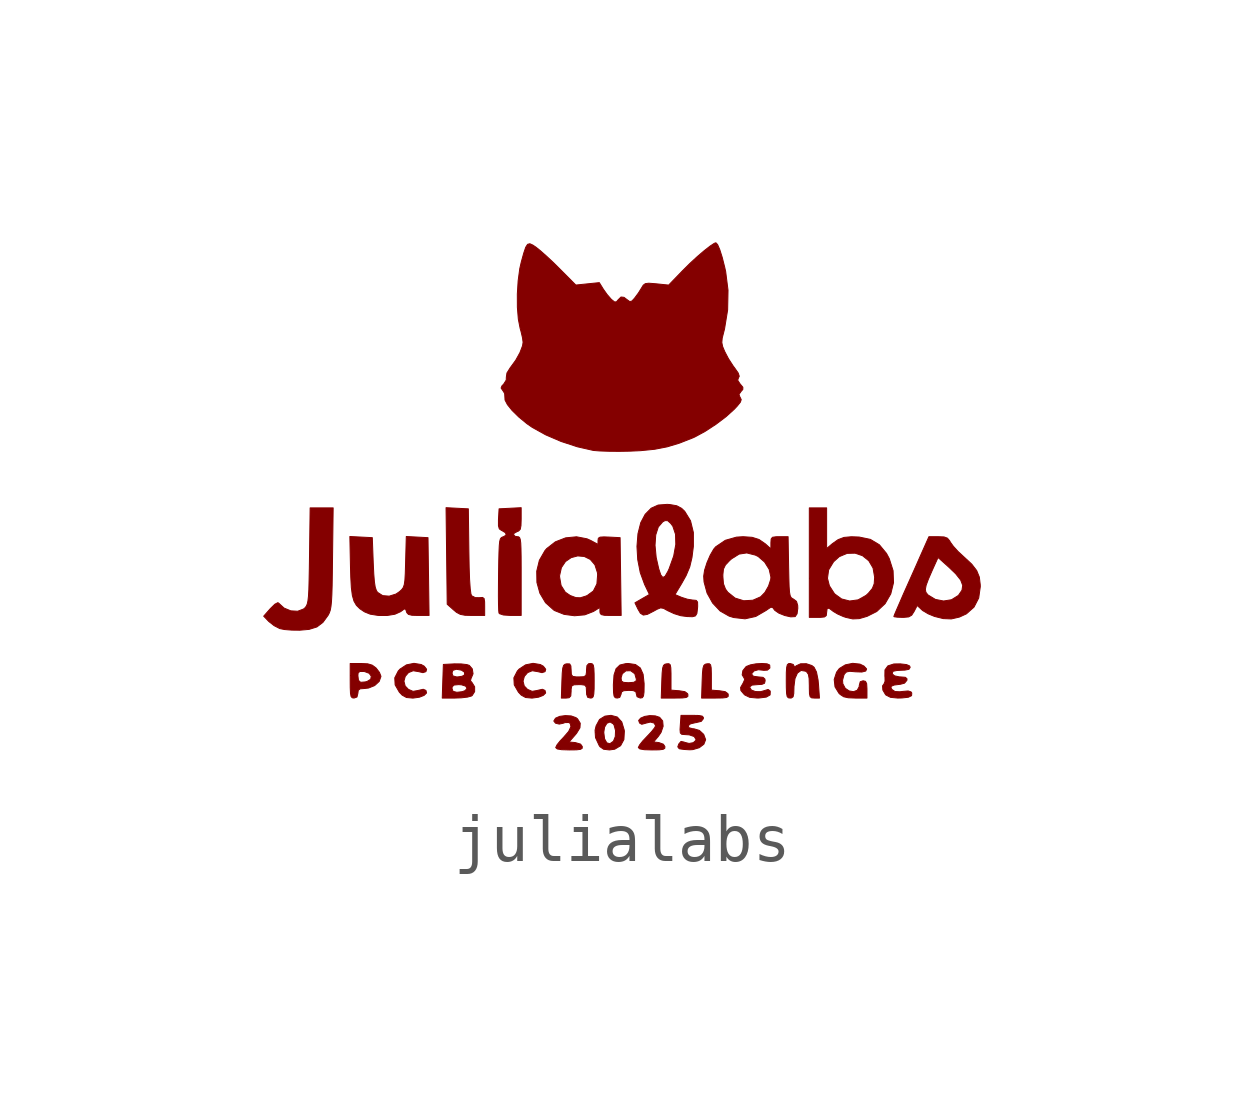
<source format=kicad_sym>
(kicad_symbol_lib
  (version 20241209)
  (generator "kicad_symbol_editor")
  (generator_version "9.0")
  (symbol "julialabs"
    (pin_names
      (offset 1.016))
    (property "Reference" "#G"
      (at 0 9.365 0)
      (effects (font (size 1.27 1.27)) (hide yes)))
    (symbol "julialabs_0_0"
      (polyline (pts (xy -6.416 -4.45) (xy -6.253 -4.399) (xy -6.128 -4.304) (xy -6.02 -4.156) (xy -6.018 -4.152) (xy -5.994 -4.105) (xy -5.975 -4.05) (xy -5.961 -3.976) (xy -5.95 -3.873) (xy -5.942 -3.732) (xy -5.936 -3.541) (xy -5.932 -3.29) (xy -5.928 -2.97) (xy -5.915 -1.92) (xy -6.155 -1.92) (xy -6.394 -1.92) (xy -6.407 -2.916) (xy -6.411 -3.185) (xy -6.416 -3.435) (xy -6.421 -3.624) (xy -6.429 -3.761) (xy -6.44 -3.857) (xy -6.454 -3.921) (xy -6.473 -3.964) (xy -6.496 -3.996) (xy -6.531 -4.026) (xy -6.653 -4.072) (xy -6.797 -4.064) (xy -6.937 -4.006) (xy -7.051 -3.902) (xy -7.067 -3.894) (xy -7.129 -3.926) (xy -7.222 -4.017) (xy -7.361 -4.175) (xy -7.258 -4.282) (xy -7.254 -4.286) (xy -7.145 -4.372) (xy -7.027 -4.433) (xy -6.927 -4.453) (xy -6.777 -4.465) (xy -6.612 -4.467) (xy -6.416 -4.45)) (stroke (width 0.01) (type default)) (fill (type outline)))
      (polyline (pts (xy -5.419 -5.858) (xy -5.4 -5.78) (xy -5.392 -5.717) (xy -5.351 -5.687) (xy -5.253 -5.68) (xy -5.177 -5.671) (xy -5.05 -5.619) (xy -4.956 -5.533) (xy -4.92 -5.431) (xy -4.92 -5.426) (xy -4.951 -5.346) (xy -5.018 -5.258) (xy -5.024 -5.252) (xy -5.101 -5.195) (xy -5.195 -5.167) (xy -5.338 -5.16) (xy -5.56 -5.16) (xy -5.56 -5.411) (xy -5.4 -5.411) (xy -5.395 -5.358) (xy -5.36 -5.326) (xy -5.27 -5.327) (xy -5.259 -5.329) (xy -5.165 -5.364) (xy -5.121 -5.425) (xy -5.133 -5.489) (xy -5.208 -5.534) (xy -5.246 -5.544) (xy -5.343 -5.552) (xy -5.388 -5.511) (xy -5.4 -5.411) (xy -5.56 -5.411) (xy -5.56 -5.52) (xy -5.559 -5.662) (xy -5.554 -5.78) (xy -5.542 -5.846) (xy -5.518 -5.874) (xy -5.48 -5.88) (xy -5.419 -5.858)) (stroke (width 0.01) (type default)) (fill (type outline)))
      (polyline (pts (xy -4.628 -4.134) (xy -4.51 -4.081) (xy -4.501 -4.074) (xy -4.435 -4.026) (xy -4.406 -4.029) (xy -4.388 -4.081) (xy -4.381 -4.102) (xy -4.347 -4.138) (xy -4.275 -4.156) (xy -4.143 -4.16) (xy -3.918 -4.16) (xy -3.929 -3.35) (xy -3.94 -2.54) (xy -4.166 -2.528) (xy -4.392 -2.516) (xy -4.406 -3.042) (xy -4.407 -3.087) (xy -4.413 -3.288) (xy -4.421 -3.427) (xy -4.434 -3.518) (xy -4.455 -3.578) (xy -4.487 -3.622) (xy -4.532 -3.663) (xy -4.606 -3.714) (xy -4.748 -3.758) (xy -4.884 -3.747) (xy -4.99 -3.679) (xy -5.015 -3.641) (xy -5.039 -3.57) (xy -5.056 -3.46) (xy -5.069 -3.298) (xy -5.08 -3.069) (xy -5.1 -2.54) (xy -5.334 -2.528) (xy -5.567 -2.516) (xy -5.554 -3.148) (xy -5.548 -3.36) (xy -5.536 -3.58) (xy -5.515 -3.743) (xy -5.481 -3.862) (xy -5.43 -3.95) (xy -5.359 -4.02) (xy -5.262 -4.085) (xy -5.144 -4.133) (xy -4.974 -4.16) (xy -4.792 -4.161) (xy -4.628 -4.134)) (stroke (width 0.01) (type default)) (fill (type outline)))
      (polyline (pts (xy -4.247 -5.88) (xy -4.118 -5.862) (xy -4.021 -5.824) (xy -3.97 -5.774) (xy -3.983 -5.721) (xy -4.039 -5.697) (xy -4.139 -5.72) (xy -4.15 -5.723) (xy -4.252 -5.74) (xy -4.348 -5.699) (xy -4.416 -5.628) (xy -4.441 -5.528) (xy -4.414 -5.429) (xy -4.346 -5.35) (xy -4.249 -5.311) (xy -4.133 -5.33) (xy -4.046 -5.351) (xy -3.983 -5.33) (xy -3.969 -5.28) (xy -4.018 -5.217) (xy -4.081 -5.182) (xy -4.232 -5.157) (xy -4.389 -5.189) (xy -4.523 -5.277) (xy -4.56 -5.318) (xy -4.632 -5.459) (xy -4.624 -5.606) (xy -4.537 -5.757) (xy -4.478 -5.819) (xy -4.389 -5.868) (xy -4.264 -5.88) (xy -4.247 -5.88)) (stroke (width 0.01) (type default)) (fill (type outline)))
      (polyline (pts (xy -3.246 -5.875) (xy -3.117 -5.86) (xy -3.037 -5.838) (xy -3.02 -5.827) (xy -2.969 -5.746) (xy -2.969 -5.645) (xy -3.022 -5.559) (xy -3.056 -5.519) (xy -3.042 -5.466) (xy -3.039 -5.463) (xy -3.002 -5.374) (xy -3.018 -5.272) (xy -3.081 -5.199) (xy -3.131 -5.183) (xy -3.25 -5.169) (xy -3.391 -5.168) (xy -3.62 -5.18) (xy -3.626 -5.36) (xy -3.44 -5.36) (xy -3.423 -5.303) (xy -3.35 -5.281) (xy -3.346 -5.281) (xy -3.243 -5.299) (xy -3.18 -5.342) (xy -3.177 -5.396) (xy -3.229 -5.426) (xy -3.322 -5.44) (xy -3.349 -5.439) (xy -3.421 -5.419) (xy -3.44 -5.36) (xy -3.626 -5.36) (xy -3.632 -5.53) (xy -3.637 -5.68) (xy -3.44 -5.68) (xy -3.436 -5.645) (xy -3.398 -5.609) (xy -3.302 -5.6) (xy -3.242 -5.604) (xy -3.157 -5.631) (xy -3.127 -5.675) (xy -3.165 -5.724) (xy -3.227 -5.747) (xy -3.33 -5.759) (xy -3.344 -5.759) (xy -3.419 -5.74) (xy -3.44 -5.68) (xy -3.637 -5.68) (xy -3.643 -5.88) (xy -3.379 -5.88) (xy -3.246 -5.875)) (stroke (width 0.01) (type default)) (fill (type outline)))
      (polyline (pts (xy -2.76 -3.967) (xy -2.761 -3.877) (xy -2.772 -3.807) (xy -2.805 -3.785) (xy -2.872 -3.79) (xy -2.955 -3.789) (xy -3.031 -3.75) (xy -3.046 -3.713) (xy -3.061 -3.601) (xy -3.074 -3.416) (xy -3.083 -3.155) (xy -3.089 -2.817) (xy -3.1 -1.94) (xy -3.332 -1.928) (xy -3.564 -1.916) (xy -3.552 -2.921) (xy -3.54 -3.927) (xy -3.409 -4.043) (xy -3.347 -4.095) (xy -3.268 -4.137) (xy -3.169 -4.156) (xy -3.019 -4.16) (xy -2.76 -4.16) (xy -2.76 -3.967)) (stroke (width 0.01) (type default)) (fill (type outline)))
      (polyline (pts (xy -2 -3.34) (xy -2 -3.17) (xy -2.001 -2.937) (xy -2.004 -2.767) (xy -2.009 -2.651) (xy -2.019 -2.578) (xy -2.033 -2.539) (xy -2.053 -2.523) (xy -2.08 -2.52) (xy -2.127 -2.512) (xy -2.16 -2.476) (xy -2.145 -2.447) (xy -2.08 -2.412) (xy -2.052 -2.401) (xy -2.019 -2.365) (xy -2.004 -2.289) (xy -2 -2.153) (xy -2 -1.916) (xy -2.23 -1.928) (xy -2.46 -1.94) (xy -2.472 -2.15) (xy -2.473 -2.175) (xy -2.473 -2.293) (xy -2.455 -2.357) (xy -2.412 -2.388) (xy -2.405 -2.39) (xy -2.326 -2.438) (xy -2.313 -2.487) (xy -2.371 -2.522) (xy -2.385 -2.525) (xy -2.412 -2.538) (xy -2.433 -2.565) (xy -2.447 -2.618) (xy -2.456 -2.707) (xy -2.462 -2.843) (xy -2.467 -3.037) (xy -2.471 -3.3) (xy -2.471 -3.305) (xy -2.473 -3.545) (xy -2.474 -3.759) (xy -2.472 -3.933) (xy -2.468 -4.054) (xy -2.462 -4.109) (xy -2.451 -4.123) (xy -2.371 -4.15) (xy -2.221 -4.16) (xy -2 -4.16) (xy -2 -3.34)) (stroke (width 0.01) (type default)) (fill (type outline)))
      (polyline (pts (xy -1.767 -5.88) (xy -1.638 -5.862) (xy -1.541 -5.824) (xy -1.49 -5.774) (xy -1.504 -5.721) (xy -1.559 -5.697) (xy -1.659 -5.72) (xy -1.67 -5.723) (xy -1.772 -5.74) (xy -1.868 -5.699) (xy -1.936 -5.628) (xy -1.961 -5.528) (xy -1.934 -5.429) (xy -1.866 -5.35) (xy -1.769 -5.311) (xy -1.653 -5.33) (xy -1.566 -5.351) (xy -1.503 -5.33) (xy -1.489 -5.28) (xy -1.538 -5.217) (xy -1.601 -5.182) (xy -1.752 -5.157) (xy -1.909 -5.189) (xy -2.043 -5.277) (xy -2.08 -5.318) (xy -2.152 -5.459) (xy -2.144 -5.606) (xy -2.057 -5.757) (xy -1.998 -5.819) (xy -1.909 -5.868) (xy -1.784 -5.88) (xy -1.767 -5.88)) (stroke (width 0.01) (type default)) (fill (type outline)))
      (polyline (pts (xy -1.001 -5.873) (xy -0.967 -5.835) (xy -0.96 -5.74) (xy -0.96 -5.699) (xy -0.948 -5.63) (xy -0.902 -5.604) (xy -0.8 -5.6) (xy -0.753 -5.6) (xy -0.675 -5.611) (xy -0.645 -5.65) (xy -0.64 -5.74) (xy -0.637 -5.803) (xy -0.615 -5.864) (xy -0.56 -5.88) (xy -0.528 -5.877) (xy -0.502 -5.854) (xy -0.488 -5.797) (xy -0.481 -5.691) (xy -0.48 -5.52) (xy -0.481 -5.378) (xy -0.486 -5.26) (xy -0.498 -5.194) (xy -0.522 -5.166) (xy -0.56 -5.16) (xy -0.596 -5.165) (xy -0.631 -5.204) (xy -0.64 -5.3) (xy -0.64 -5.341) (xy -0.652 -5.41) (xy -0.698 -5.436) (xy -0.8 -5.44) (xy -0.849 -5.44) (xy -0.926 -5.429) (xy -0.955 -5.389) (xy -0.96 -5.297) (xy -0.965 -5.211) (xy -0.99 -5.169) (xy -1.05 -5.167) (xy -1.086 -5.175) (xy -1.116 -5.2) (xy -1.134 -5.257) (xy -1.145 -5.362) (xy -1.152 -5.53) (xy -1.163 -5.88) (xy -1.062 -5.88) (xy -1.001 -5.873)) (stroke (width 0.01) (type default)) (fill (type outline)))
      (polyline (pts (xy -0.995 -6.96) (xy -0.848 -6.958) (xy -0.765 -6.948) (xy -0.73 -6.927) (xy -0.727 -6.89) (xy -0.763 -6.839) (xy -0.872 -6.807) (xy -1.004 -6.795) (xy -0.882 -6.656) (xy -0.846 -6.613) (xy -0.776 -6.499) (xy -0.77 -6.404) (xy -0.826 -6.313) (xy -0.86 -6.287) (xy -0.959 -6.252) (xy -1.08 -6.245) (xy -1.197 -6.261) (xy -1.285 -6.299) (xy -1.32 -6.357) (xy -1.32 -6.359) (xy -1.285 -6.403) (xy -1.208 -6.422) (xy -1.127 -6.405) (xy -1.086 -6.39) (xy -1.01 -6.389) (xy -0.979 -6.408) (xy -0.964 -6.475) (xy -1.011 -6.575) (xy -1.12 -6.7) (xy -1.184 -6.767) (xy -1.253 -6.853) (xy -1.28 -6.908) (xy -1.28 -6.912) (xy -1.248 -6.94) (xy -1.157 -6.955) (xy -0.997 -6.96) (xy -0.995 -6.96)) (stroke (width 0.01) (type default)) (fill (type outline)))
      (polyline (pts (xy -0.675 -4.147) (xy -0.495 -4.077) (xy -0.36 -3.993) (xy -0.36 -4.077) (xy -0.357 -4.109) (xy -0.333 -4.142) (xy -0.266 -4.157) (xy -0.139 -4.16) (xy 0.082 -4.16) (xy 0.071 -3.35) (xy 0.06 -2.54) (xy -0.17 -2.528) (xy -0.276 -2.524) (xy -0.357 -2.529) (xy -0.393 -2.552) (xy -0.4 -2.598) (xy -0.4 -2.68) (xy -0.549 -2.6) (xy -0.629 -2.564) (xy -0.847 -2.522) (xy -1.074 -2.544) (xy -1.288 -2.627) (xy -1.468 -2.767) (xy -1.505 -2.81) (xy -1.621 -3.012) (xy -1.676 -3.239) (xy -1.674 -3.356) (xy -1.2 -3.356) (xy -1.2 -3.331) (xy -1.162 -3.163) (xy -1.077 -3.037) (xy -0.959 -2.956) (xy -0.823 -2.92) (xy -0.685 -2.932) (xy -0.561 -2.993) (xy -0.465 -3.105) (xy -0.412 -3.269) (xy -0.408 -3.314) (xy -0.423 -3.504) (xy -0.497 -3.651) (xy -0.626 -3.745) (xy -0.655 -3.757) (xy -0.768 -3.792) (xy -0.862 -3.788) (xy -0.981 -3.744) (xy -1.082 -3.674) (xy -1.169 -3.536) (xy -1.2 -3.356) (xy -1.674 -3.356) (xy -1.672 -3.473) (xy -1.61 -3.697) (xy -1.493 -3.894) (xy -1.322 -4.047) (xy -1.303 -4.059) (xy -1.107 -4.137) (xy -0.889 -4.166) (xy -0.675 -4.147)) (stroke (width 0.01) (type default)) (fill (type outline)))
      (polyline (pts (xy -0.052 -6.945) (xy 0.07 -6.872) (xy 0.139 -6.744) (xy 0.149 -6.568) (xy 0.145 -6.544) (xy 0.095 -6.378) (xy 0.002 -6.275) (xy -0.129 -6.24) (xy -0.255 -6.256) (xy -0.368 -6.325) (xy -0.44 -6.459) (xy -0.461 -6.548) (xy -0.459 -6.593) (xy -0.28 -6.593) (xy -0.263 -6.485) (xy -0.215 -6.405) (xy -0.149 -6.378) (xy -0.082 -6.418) (xy -0.065 -6.445) (xy -0.035 -6.556) (xy -0.04 -6.682) (xy -0.079 -6.779) (xy -0.079 -6.779) (xy -0.153 -6.831) (xy -0.217 -6.812) (xy -0.263 -6.73) (xy -0.28 -6.593) (xy -0.459 -6.593) (xy -0.452 -6.704) (xy -0.375 -6.87) (xy -0.358 -6.894) (xy -0.283 -6.946) (xy -0.162 -6.96) (xy -0.052 -6.945)) (stroke (width 0.01) (type default)) (fill (type outline)))
      (polyline (pts (xy 0.26 -0.739) (xy 0.482 -0.729) (xy 0.777 -0.7) (xy 1.04 -0.649) (xy 1.298 -0.571) (xy 1.58 -0.46) (xy 1.617 -0.443) (xy 1.827 -0.329) (xy 2.054 -0.181) (xy 2.267 -0.02) (xy 2.436 0.133) (xy 2.499 0.2) (xy 2.564 0.281) (xy 2.582 0.334) (xy 2.562 0.377) (xy 2.556 0.385) (xy 2.535 0.442) (xy 2.578 0.504) (xy 2.615 0.546) (xy 2.616 0.592) (xy 2.562 0.657) (xy 2.553 0.668) (xy 2.508 0.739) (xy 2.526 0.79) (xy 2.541 0.821) (xy 2.519 0.888) (xy 2.445 0.994) (xy 2.414 1.035) (xy 2.316 1.187) (xy 2.238 1.336) (xy 2.195 1.439) (xy 2.178 1.523) (xy 2.186 1.615) (xy 2.22 1.749) (xy 2.234 1.804) (xy 2.299 2.202) (xy 2.307 2.612) (xy 2.258 3.001) (xy 2.238 3.091) (xy 2.186 3.297) (xy 2.135 3.458) (xy 2.09 3.562) (xy 2.055 3.6) (xy 2.022 3.589) (xy 1.934 3.531) (xy 1.811 3.435) (xy 1.666 3.311) (xy 1.513 3.17) (xy 1.365 3.023) (xy 1.071 2.719) (xy 0.819 2.745) (xy 0.776 2.749) (xy 0.655 2.758) (xy 0.585 2.749) (xy 0.542 2.717) (xy 0.504 2.655) (xy 0.441 2.554) (xy 0.36 2.445) (xy 0.306 2.387) (xy 0.261 2.375) (xy 0.206 2.415) (xy 0.141 2.464) (xy 0.079 2.471) (xy 0.018 2.411) (xy -0.015 2.371) (xy -0.054 2.367) (xy -0.118 2.418) (xy -0.128 2.428) (xy -0.209 2.521) (xy -0.288 2.632) (xy -0.373 2.77) (xy -0.617 2.745) (xy -0.862 2.72) (xy -1.201 3.061) (xy -1.328 3.187) (xy -1.475 3.324) (xy -1.603 3.437) (xy -1.693 3.509) (xy -1.757 3.552) (xy -1.819 3.58) (xy -1.866 3.568) (xy -1.905 3.507) (xy -1.946 3.386) (xy -1.998 3.198) (xy -2.029 3.062) (xy -2.063 2.808) (xy -2.08 2.531) (xy -2.079 2.257) (xy -2.059 2.01) (xy -2.021 1.816) (xy -2.002 1.749) (xy -1.972 1.62) (xy -1.96 1.528) (xy -1.971 1.456) (xy -2.025 1.314) (xy -2.113 1.155) (xy -2.223 1.004) (xy -2.227 0.999) (xy -2.296 0.889) (xy -2.309 0.801) (xy -2.311 0.741) (xy -2.365 0.656) (xy -2.4 0.621) (xy -2.418 0.575) (xy -2.377 0.516) (xy -2.344 0.463) (xy -2.338 0.368) (xy -2.336 0.326) (xy -2.286 0.23) (xy -2.187 0.107) (xy -2.048 -0.029) (xy -1.88 -0.167) (xy -1.769 -0.244) (xy -1.49 -0.399) (xy -1.169 -0.537) (xy -0.83 -0.648) (xy -0.5 -0.723) (xy -0.485 -0.725) (xy -0.358 -0.735) (xy -0.177 -0.741) (xy 0.036 -0.743) (xy 0.26 -0.739)) (stroke (width 0.01) (type default)) (fill (type outline)))
      (polyline (pts (xy 0.48 -5.88) (xy 0.523 -5.872) (xy 0.547 -5.836) (xy 0.558 -5.756) (xy 0.56 -5.612) (xy 0.56 -5.578) (xy 0.539 -5.384) (xy 0.481 -5.254) (xy 0.381 -5.182) (xy 0.233 -5.16) (xy 0.182 -5.162) (xy 0.056 -5.192) (xy -0.024 -5.269) (xy -0.067 -5.401) (xy -0.071 -5.461) (xy 0.08 -5.461) (xy 0.106 -5.374) (xy 0.181 -5.313) (xy 0.28 -5.311) (xy 0.366 -5.374) (xy 0.399 -5.49) (xy 0.393 -5.523) (xy 0.346 -5.552) (xy 0.24 -5.56) (xy 0.228 -5.56) (xy 0.131 -5.553) (xy 0.089 -5.525) (xy 0.08 -5.461) (xy -0.071 -5.461) (xy -0.08 -5.6) (xy -0.08 -5.622) (xy -0.077 -5.761) (xy -0.066 -5.838) (xy -0.042 -5.872) (xy 0 -5.88) (xy 0.052 -5.867) (xy 0.08 -5.8) (xy 0.089 -5.754) (xy 0.135 -5.727) (xy 0.24 -5.72) (xy 0.332 -5.724) (xy 0.387 -5.748) (xy 0.4 -5.8) (xy 0.413 -5.852) (xy 0.48 -5.88) (xy 0.48 -5.88)) (stroke (width 0.01) (type default)) (fill (type outline)))
      (polyline (pts (xy 0.725 -6.96) (xy 0.872 -6.958) (xy 0.955 -6.948) (xy 0.99 -6.927) (xy 0.993 -6.89) (xy 0.961 -6.841) (xy 0.868 -6.807) (xy 0.757 -6.794) (xy 0.859 -6.674) (xy 0.913 -6.594) (xy 0.956 -6.467) (xy 0.946 -6.356) (xy 0.883 -6.281) (xy 0.793 -6.251) (xy 0.68 -6.245) (xy 0.572 -6.262) (xy 0.488 -6.298) (xy 0.446 -6.346) (xy 0.466 -6.401) (xy 0.511 -6.426) (xy 0.593 -6.404) (xy 0.597 -6.402) (xy 0.69 -6.38) (xy 0.767 -6.4) (xy 0.8 -6.456) (xy 0.779 -6.498) (xy 0.714 -6.58) (xy 0.62 -6.68) (xy 0.536 -6.768) (xy 0.467 -6.855) (xy 0.44 -6.908) (xy 0.44 -6.911) (xy 0.471 -6.939) (xy 0.562 -6.955) (xy 0.723 -6.96) (xy 0.725 -6.96)) (stroke (width 0.01) (type default)) (fill (type outline)))
      (polyline (pts (xy 1.206 -5.88) (xy 1.353 -5.878) (xy 1.435 -5.868) (xy 1.47 -5.847) (xy 1.472 -5.81) (xy 1.465 -5.788) (xy 1.409 -5.747) (xy 1.29 -5.728) (xy 1.12 -5.715) (xy 1.12 -5.435) (xy 1.12 -5.37) (xy 1.116 -5.25) (xy 1.104 -5.188) (xy 1.077 -5.165) (xy 1.03 -5.167) (xy 0.994 -5.175) (xy 0.964 -5.2) (xy 0.946 -5.257) (xy 0.935 -5.362) (xy 0.928 -5.53) (xy 0.917 -5.88) (xy 1.201 -5.88) (xy 1.206 -5.88)) (stroke (width 0.01) (type default)) (fill (type outline)))
      (polyline (pts (xy 1.568 -4.186) (xy 1.629 -4.169) (xy 1.659 -4.118) (xy 1.672 -4.01) (xy 1.675 -3.965) (xy 1.673 -3.881) (xy 1.645 -3.846) (xy 1.581 -3.84) (xy 1.574 -3.84) (xy 1.462 -3.822) (xy 1.34 -3.783) (xy 1.203 -3.725) (xy 1.342 -3.494) (xy 1.435 -3.328) (xy 1.51 -3.149) (xy 1.556 -2.957) (xy 1.586 -2.72) (xy 1.586 -2.434) (xy 1.526 -2.188) (xy 1.406 -1.993) (xy 1.341 -1.93) (xy 1.24 -1.876) (xy 1.098 -1.851) (xy 1.04 -1.847) (xy 0.853 -1.861) (xy 0.707 -1.927) (xy 0.582 -2.054) (xy 0.49 -2.228) (xy 0.432 -2.458) (xy 0.413 -2.699) (xy 0.787 -2.699) (xy 0.802 -2.483) (xy 0.855 -2.318) (xy 0.946 -2.212) (xy 0.994 -2.185) (xy 1.049 -2.185) (xy 1.113 -2.242) (xy 1.158 -2.302) (xy 1.214 -2.469) (xy 1.22 -2.68) (xy 1.176 -2.922) (xy 1.082 -3.184) (xy 1.057 -3.24) (xy 0.997 -3.343) (xy 0.95 -3.369) (xy 0.908 -3.318) (xy 0.865 -3.191) (xy 0.811 -2.952) (xy 0.787 -2.699) (xy 0.413 -2.699) (xy 0.411 -2.721) (xy 0.427 -2.997) (xy 0.48 -3.268) (xy 0.57 -3.514) (xy 0.67 -3.723) (xy 0.519 -3.81) (xy 0.369 -3.897) (xy 0.432 -4.028) (xy 0.482 -4.113) (xy 0.543 -4.152) (xy 0.629 -4.137) (xy 0.76 -4.07) (xy 0.832 -4.03) (xy 0.903 -4.002) (xy 0.964 -4.012) (xy 1.047 -4.058) (xy 1.051 -4.06) (xy 1.184 -4.122) (xy 1.319 -4.164) (xy 1.323 -4.165) (xy 1.45 -4.182) (xy 1.56 -4.186) (xy 1.568 -4.186)) (stroke (width 0.01) (type default)) (fill (type outline)))
      (polyline (pts (xy 1.575 -6.953) (xy 1.708 -6.914) (xy 1.804 -6.841) (xy 1.84 -6.749) (xy 1.84 -6.742) (xy 1.8 -6.636) (xy 1.71 -6.553) (xy 1.598 -6.52) (xy 1.571 -6.519) (xy 1.492 -6.497) (xy 1.478 -6.457) (xy 1.525 -6.417) (xy 1.63 -6.392) (xy 1.642 -6.391) (xy 1.75 -6.365) (xy 1.793 -6.31) (xy 1.794 -6.283) (xy 1.77 -6.256) (xy 1.7 -6.243) (xy 1.567 -6.24) (xy 1.328 -6.24) (xy 1.314 -6.44) (xy 1.308 -6.535) (xy 1.314 -6.607) (xy 1.344 -6.635) (xy 1.407 -6.64) (xy 1.499 -6.646) (xy 1.603 -6.681) (xy 1.64 -6.742) (xy 1.636 -6.762) (xy 1.584 -6.809) (xy 1.496 -6.825) (xy 1.403 -6.802) (xy 1.395 -6.797) (xy 1.328 -6.783) (xy 1.282 -6.836) (xy 1.261 -6.896) (xy 1.29 -6.934) (xy 1.305 -6.938) (xy 1.392 -6.95) (xy 1.51 -6.957) (xy 1.575 -6.953)) (stroke (width 0.01) (type default)) (fill (type outline)))
      (polyline (pts (xy 2.046 -5.88) (xy 2.193 -5.878) (xy 2.276 -5.868) (xy 2.31 -5.847) (xy 2.312 -5.81) (xy 2.305 -5.788) (xy 2.249 -5.747) (xy 2.13 -5.728) (xy 1.96 -5.715) (xy 1.96 -5.435) (xy 1.96 -5.37) (xy 1.956 -5.25) (xy 1.944 -5.188) (xy 1.917 -5.165) (xy 1.87 -5.167) (xy 1.834 -5.175) (xy 1.804 -5.2) (xy 1.786 -5.257) (xy 1.775 -5.362) (xy 1.768 -5.53) (xy 1.757 -5.88) (xy 2.041 -5.88) (xy 2.046 -5.88)) (stroke (width 0.01) (type default)) (fill (type outline)))
      (polyline (pts (xy 2.884 -4.181) (xy 3.101 -4.055) (xy 3.13 -4.034) (xy 3.197 -3.99) (xy 3.236 -3.993) (xy 3.271 -4.04) (xy 3.282 -4.054) (xy 3.366 -4.112) (xy 3.488 -4.161) (xy 3.612 -4.189) (xy 3.704 -4.184) (xy 3.706 -4.183) (xy 3.745 -4.125) (xy 3.76 -4.011) (xy 3.758 -3.952) (xy 3.733 -3.867) (xy 3.67 -3.819) (xy 3.647 -3.808) (xy 3.619 -3.785) (xy 3.6 -3.744) (xy 3.587 -3.672) (xy 3.579 -3.557) (xy 3.574 -3.387) (xy 3.569 -3.15) (xy 3.558 -2.52) (xy 3.379 -2.52) (xy 3.308 -2.521) (xy 3.233 -2.532) (xy 3.205 -2.569) (xy 3.2 -2.647) (xy 3.2 -2.774) (xy 3.11 -2.692) (xy 3.083 -2.668) (xy 2.952 -2.578) (xy 2.809 -2.533) (xy 2.621 -2.52) (xy 2.483 -2.529) (xy 2.251 -2.595) (xy 2.05 -2.731) (xy 2.01 -2.778) (xy 1.937 -2.904) (xy 1.869 -3.061) (xy 1.819 -3.217) (xy 1.8 -3.344) (xy 1.801 -3.352) (xy 2.2 -3.352) (xy 2.2 -3.311) (xy 2.212 -3.194) (xy 2.253 -3.109) (xy 2.339 -3.018) (xy 2.383 -2.979) (xy 2.539 -2.882) (xy 2.697 -2.858) (xy 2.876 -2.903) (xy 2.935 -2.932) (xy 3.069 -3.048) (xy 3.164 -3.2) (xy 3.2 -3.362) (xy 3.196 -3.41) (xy 3.151 -3.548) (xy 3.075 -3.681) (xy 2.986 -3.772) (xy 2.824 -3.843) (xy 2.634 -3.854) (xy 2.454 -3.798) (xy 2.303 -3.677) (xy 2.254 -3.61) (xy 2.212 -3.501) (xy 2.2 -3.352) (xy 1.801 -3.352) (xy 1.808 -3.462) (xy 1.871 -3.694) (xy 1.987 -3.902) (xy 2.144 -4.068) (xy 2.33 -4.174) (xy 2.425 -4.203) (xy 2.662 -4.23) (xy 2.884 -4.181)) (stroke (width 0.01) (type default)) (fill (type outline)))
      (polyline (pts (xy 2.95 -5.879) (xy 3.104 -5.86) (xy 3.183 -5.815) (xy 3.187 -5.744) (xy 3.179 -5.726) (xy 3.141 -5.701) (xy 3.064 -5.725) (xy 2.986 -5.747) (xy 2.879 -5.745) (xy 2.794 -5.714) (xy 2.76 -5.659) (xy 2.763 -5.643) (xy 2.808 -5.61) (xy 2.92 -5.6) (xy 3.012 -5.595) (xy 3.067 -5.572) (xy 3.08 -5.52) (xy 3.075 -5.484) (xy 3.036 -5.449) (xy 2.94 -5.44) (xy 2.835 -5.426) (xy 2.8 -5.383) (xy 2.801 -5.37) (xy 2.848 -5.316) (xy 2.939 -5.29) (xy 3.045 -5.301) (xy 3.05 -5.303) (xy 3.128 -5.298) (xy 3.179 -5.254) (xy 3.175 -5.192) (xy 3.12 -5.167) (xy 3.015 -5.16) (xy 2.89 -5.167) (xy 2.772 -5.189) (xy 2.689 -5.222) (xy 2.679 -5.23) (xy 2.616 -5.31) (xy 2.602 -5.397) (xy 2.64 -5.46) (xy 2.655 -5.494) (xy 2.62 -5.572) (xy 2.619 -5.573) (xy 2.569 -5.66) (xy 2.575 -5.723) (xy 2.64 -5.8) (xy 2.658 -5.817) (xy 2.759 -5.865) (xy 2.91 -5.879) (xy 2.95 -5.879)) (stroke (width 0.01) (type default)) (fill (type outline)))
      (polyline (pts (xy 4.191 -5.599) (xy 4.182 -5.504) (xy 4.149 -5.337) (xy 4.099 -5.239) (xy 4.053 -5.203) (xy 3.939 -5.165) (xy 3.819 -5.166) (xy 3.728 -5.208) (xy 3.692 -5.236) (xy 3.68 -5.208) (xy 3.665 -5.18) (xy 3.6 -5.16) (xy 3.568 -5.163) (xy 3.542 -5.186) (xy 3.528 -5.243) (xy 3.521 -5.349) (xy 3.52 -5.52) (xy 3.521 -5.662) (xy 3.526 -5.78) (xy 3.538 -5.846) (xy 3.562 -5.874) (xy 3.6 -5.88) (xy 3.628 -5.878) (xy 3.662 -5.853) (xy 3.676 -5.787) (xy 3.68 -5.66) (xy 3.68 -5.643) (xy 3.701 -5.476) (xy 3.752 -5.36) (xy 3.828 -5.305) (xy 3.921 -5.32) (xy 3.948 -5.339) (xy 3.981 -5.388) (xy 3.996 -5.475) (xy 4 -5.621) (xy 4 -5.671) (xy 4.003 -5.79) (xy 4.017 -5.852) (xy 4.049 -5.876) (xy 4.105 -5.88) (xy 4.211 -5.88) (xy 4.191 -5.599)) (stroke (width 0.01) (type default)) (fill (type outline)))
      (polyline (pts (xy 5.04 -4.226) (xy 5.204 -4.178) (xy 5.403 -4.078) (xy 5.578 -3.914) (xy 5.696 -3.71) (xy 5.753 -3.477) (xy 5.744 -3.228) (xy 5.664 -2.975) (xy 5.606 -2.867) (xy 5.458 -2.688) (xy 5.271 -2.576) (xy 5.037 -2.527) (xy 4.876 -2.521) (xy 4.722 -2.535) (xy 4.6 -2.581) (xy 4.483 -2.663) (xy 4.36 -2.767) (xy 4.36 -2.344) (xy 4.36 -1.92) (xy 4.18 -1.92) (xy 4 -1.92) (xy 4 -3.06) (xy 4 -3.386) (xy 4.378 -3.386) (xy 4.402 -3.211) (xy 4.505 -3.042) (xy 4.624 -2.935) (xy 4.786 -2.867) (xy 4.953 -2.863) (xy 5.108 -2.916) (xy 5.238 -3.021) (xy 5.327 -3.172) (xy 5.36 -3.364) (xy 5.36 -3.365) (xy 5.351 -3.5) (xy 5.313 -3.597) (xy 5.23 -3.697) (xy 5.181 -3.742) (xy 5.016 -3.835) (xy 4.84 -3.859) (xy 4.671 -3.816) (xy 4.525 -3.709) (xy 4.418 -3.543) (xy 4.378 -3.386) (xy 4 -3.386) (xy 4 -4.2) (xy 4.18 -4.2) (xy 4.229 -4.2) (xy 4.316 -4.191) (xy 4.353 -4.162) (xy 4.36 -4.1) (xy 4.37 -4.02) (xy 4.409 -4.008) (xy 4.484 -4.064) (xy 4.496 -4.074) (xy 4.59 -4.13) (xy 4.707 -4.182) (xy 4.757 -4.199) (xy 4.904 -4.232) (xy 5.04 -4.226)) (stroke (width 0.01) (type default)) (fill (type outline)))
      (polyline (pts (xy 5.2 -5.7) (xy 5.2 -5.687) (xy 5.194 -5.581) (xy 5.17 -5.532) (xy 5.12 -5.52) (xy 5.06 -5.54) (xy 5.04 -5.617) (xy 5.038 -5.644) (xy 4.997 -5.718) (xy 4.92 -5.747) (xy 4.83 -5.732) (xy 4.748 -5.677) (xy 4.697 -5.582) (xy 4.692 -5.507) (xy 4.721 -5.399) (xy 4.733 -5.377) (xy 4.774 -5.336) (xy 4.842 -5.323) (xy 4.963 -5.333) (xy 5.093 -5.338) (xy 5.175 -5.317) (xy 5.193 -5.274) (xy 5.138 -5.214) (xy 5.054 -5.173) (xy 4.903 -5.157) (xy 4.749 -5.189) (xy 4.625 -5.265) (xy 4.567 -5.342) (xy 4.518 -5.493) (xy 4.535 -5.647) (xy 4.618 -5.782) (xy 4.644 -5.806) (xy 4.716 -5.853) (xy 4.811 -5.874) (xy 4.958 -5.88) (xy 5.2 -5.88) (xy 5.2 -5.7)) (stroke (width 0.01) (type default)) (fill (type outline)))
      (polyline (pts (xy 5.926 -5.878) (xy 6.062 -5.863) (xy 6.129 -5.83) (xy 6.133 -5.775) (xy 6.118 -5.752) (xy 6.058 -5.732) (xy 5.943 -5.742) (xy 5.885 -5.749) (xy 5.784 -5.744) (xy 5.723 -5.704) (xy 5.701 -5.671) (xy 5.705 -5.634) (xy 5.767 -5.609) (xy 5.9 -5.592) (xy 5.983 -5.569) (xy 6.032 -5.51) (xy 6.034 -5.479) (xy 6 -5.448) (xy 5.905 -5.44) (xy 5.876 -5.439) (xy 5.776 -5.418) (xy 5.726 -5.377) (xy 5.739 -5.327) (xy 5.75 -5.321) (xy 5.823 -5.306) (xy 5.933 -5.3) (xy 5.99 -5.298) (xy 6.075 -5.281) (xy 6.1 -5.24) (xy 6.088 -5.211) (xy 6.025 -5.183) (xy 5.895 -5.168) (xy 5.76 -5.17) (xy 5.636 -5.21) (xy 5.575 -5.294) (xy 5.573 -5.426) (xy 5.575 -5.436) (xy 5.577 -5.53) (xy 5.557 -5.582) (xy 5.525 -5.626) (xy 5.531 -5.713) (xy 5.586 -5.807) (xy 5.596 -5.817) (xy 5.69 -5.865) (xy 5.843 -5.88) (xy 5.926 -5.878)) (stroke (width 0.01) (type default)) (fill (type outline)))
      (polyline (pts (xy 7.124 -4.194) (xy 7.27 -4.127) (xy 7.429 -3.986) (xy 7.527 -3.796) (xy 7.56 -3.56) (xy 7.559 -3.521) (xy 7.54 -3.361) (xy 7.485 -3.226) (xy 7.383 -3.093) (xy 7.222 -2.943) (xy 7.221 -2.943) (xy 7.1 -2.831) (xy 6.999 -2.72) (xy 6.938 -2.636) (xy 6.923 -2.608) (xy 6.876 -2.551) (xy 6.806 -2.525) (xy 6.684 -2.52) (xy 6.49 -2.52) (xy 6.388 -2.75) (xy 6.367 -2.797) (xy 6.302 -2.943) (xy 6.218 -3.134) (xy 6.122 -3.349) (xy 6.023 -3.571) (xy 6.002 -3.618) (xy 6.416 -3.618) (xy 6.432 -3.532) (xy 6.479 -3.405) (xy 6.559 -3.221) (xy 6.68 -2.953) (xy 6.89 -3.141) (xy 7.048 -3.292) (xy 7.152 -3.423) (xy 7.194 -3.534) (xy 7.179 -3.634) (xy 7.11 -3.735) (xy 7.098 -3.747) (xy 6.96 -3.833) (xy 6.795 -3.859) (xy 6.625 -3.826) (xy 6.473 -3.734) (xy 6.464 -3.725) (xy 6.427 -3.677) (xy 6.416 -3.618) (xy 6.002 -3.618) (xy 5.963 -3.705) (xy 5.883 -3.89) (xy 5.818 -4.039) (xy 5.775 -4.14) (xy 5.76 -4.181) (xy 5.768 -4.187) (xy 5.832 -4.196) (xy 5.939 -4.2) (xy 5.964 -4.2) (xy 6.07 -4.19) (xy 6.132 -4.154) (xy 6.182 -4.076) (xy 6.246 -3.952) (xy 6.339 -4.039) (xy 6.362 -4.059) (xy 6.475 -4.126) (xy 6.606 -4.18) (xy 6.788 -4.225) (xy 6.957 -4.232) (xy 7.124 -4.194)) (stroke (width 0.01) (type default)) (fill (type outline))))))
</source>
